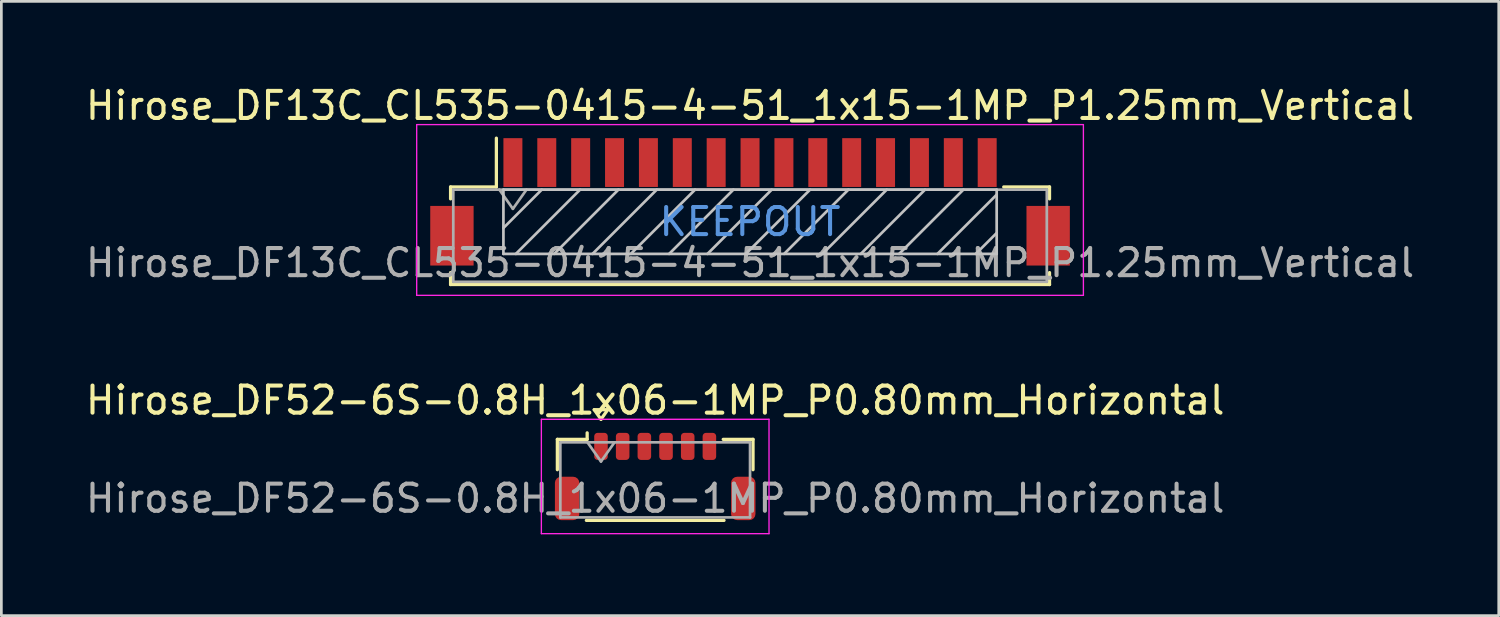
<source format=kicad_pcb>
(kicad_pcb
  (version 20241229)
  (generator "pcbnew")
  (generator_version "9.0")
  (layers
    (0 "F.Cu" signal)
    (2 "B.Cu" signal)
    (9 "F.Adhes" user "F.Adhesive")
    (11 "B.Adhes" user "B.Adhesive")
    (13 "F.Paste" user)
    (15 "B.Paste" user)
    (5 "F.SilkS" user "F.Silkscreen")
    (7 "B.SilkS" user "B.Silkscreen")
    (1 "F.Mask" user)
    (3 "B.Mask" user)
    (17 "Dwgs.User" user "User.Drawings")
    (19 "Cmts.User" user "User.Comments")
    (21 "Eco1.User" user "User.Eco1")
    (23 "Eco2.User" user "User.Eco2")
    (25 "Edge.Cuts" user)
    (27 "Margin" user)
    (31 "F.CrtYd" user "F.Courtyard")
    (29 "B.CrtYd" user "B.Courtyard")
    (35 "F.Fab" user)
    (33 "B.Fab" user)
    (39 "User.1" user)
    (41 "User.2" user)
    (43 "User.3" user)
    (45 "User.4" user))
  (footprint "Hirose_DF52-6S-0.8H_1x06-1MP_P0.80mm_Horizontal"
    (layer "F.Cu")
    (at 21.125 14.531)
    (property "Reference" "Hirose_DF52-6S-0.8H_1x06-1MP_P0.80mm_Horizontal" (at 0 -2.81 0) (layer "F.SilkS") (effects (font (size 1 1) (thickness 0.15))))
    (attr smd)
    (fp_line (start -3.61 -1.37) (end -2.51 -1.37) (stroke (width 0.12) (type solid)) (layer "F.SilkS"))
    (fp_line (start -3.61 -0.25) (end -3.61 -1.37) (stroke (width 0.12) (type solid)) (layer "F.SilkS"))
    (fp_line (start -2.54 1.62) (end 2.54 1.62) (stroke (width 0.12) (type solid)) (layer "F.SilkS"))
    (fp_line (start -2.51 -1.37) (end -2.51 -1.61) (stroke (width 0.12) (type solid)) (layer "F.SilkS"))
    (fp_line (start -2.25 -2.464) (end -2 -2.11) (stroke (width 0.12) (type solid)) (layer "F.SilkS"))
    (fp_line (start -2 -2.11) (end -1.75 -2.464) (stroke (width 0.12) (type solid)) (layer "F.SilkS"))
    (fp_line (start -1.75 -2.464) (end -2.25 -2.464) (stroke (width 0.12) (type solid)) (layer "F.SilkS"))
    (fp_line (start 3.61 -1.37) (end 2.51 -1.37) (stroke (width 0.12) (type solid)) (layer "F.SilkS"))
    (fp_line (start 3.61 -0.25) (end 3.61 -1.37) (stroke (width 0.12) (type solid)) (layer "F.SilkS"))
    (fp_line (start -4.2 -2.11) (end -4.2 2.11) (stroke (width 0.05) (type solid)) (layer "F.CrtYd"))
    (fp_line (start -4.2 2.11) (end 4.2 2.11) (stroke (width 0.05) (type solid)) (layer "F.CrtYd"))
    (fp_line (start 4.2 -2.11) (end -4.2 -2.11) (stroke (width 0.05) (type solid)) (layer "F.CrtYd"))
    (fp_line (start 4.2 2.11) (end 4.2 -2.11) (stroke (width 0.05) (type solid)) (layer "F.CrtYd"))
    (fp_line (start -3.5 -1.26) (end -3.5 1.51) (stroke (width 0.1) (type solid)) (layer "F.Fab"))
    (fp_line (start -3.5 -1.26) (end 3.5 -1.26) (stroke (width 0.1) (type solid)) (layer "F.Fab"))
    (fp_line (start -3.5 1.51) (end 3.5 1.51) (stroke (width 0.1) (type solid)) (layer "F.Fab"))
    (fp_line (start -2.5 -1.26) (end -2 -0.553) (stroke (width 0.1) (type solid)) (layer "F.Fab"))
    (fp_line (start -2 -0.553) (end -1.5 -1.26) (stroke (width 0.1) (type solid)) (layer "F.Fab"))
    (fp_line (start 3.5 -1.26) (end 3.5 1.51) (stroke (width 0.1) (type solid)) (layer "F.Fab"))
    (fp_text user "${REFERENCE}" (at 0 0.81 0) (layer "F.Fab") (effects (font (size 1 1) (thickness 0.15))))
    (pad "1" smd roundrect (at -2 -1.11) (size 0.5 1) (layers "F.Cu" "F.Mask" "F.Paste") (roundrect_rratio 0.25))
    (pad "2" smd roundrect (at -1.2 -1.11) (size 0.5 1) (layers "F.Cu" "F.Mask" "F.Paste") (roundrect_rratio 0.25))
    (pad "3" smd roundrect (at -0.4 -1.11) (size 0.5 1) (layers "F.Cu" "F.Mask" "F.Paste") (roundrect_rratio 0.25))
    (pad "4" smd roundrect (at 0.4 -1.11) (size 0.5 1) (layers "F.Cu" "F.Mask" "F.Paste") (roundrect_rratio 0.25))
    (pad "5" smd roundrect (at 1.2 -1.11) (size 0.5 1) (layers "F.Cu" "F.Mask" "F.Paste") (roundrect_rratio 0.25))
    (pad "6" smd roundrect (at 2 -1.11) (size 0.5 1) (layers "F.Cu" "F.Mask" "F.Paste") (roundrect_rratio 0.25))
    (pad "MP" smd roundrect (at -3.25 0.81) (size 0.9 1.6) (layers "F.Cu" "F.Mask" "F.Paste") (roundrect_rratio 0.25))
    (pad "MP" smd roundrect (at 3.25 0.81) (size 0.9 1.6) (layers "F.Cu" "F.Mask" "F.Paste") (roundrect_rratio 0.25)))
  (footprint "Hirose_DF13C_CL535-0415-4-51_1x15-1MP_P1.25mm_Vertical"
    (layer "F.Cu")
    (at 24.625 4.398)
    (property "Reference" "Hirose_DF13C_CL535-0415-4-51_1x15-1MP_P1.25mm_Vertical" (at 0 -3.55 0) (layer "F.SilkS") (effects (font (size 1 1) (thickness 0.15))))
    (attr smd)
    (fp_line (start -11.05 -0.55) (end -11.05 -0.11) (stroke (width 0.12) (type solid)) (layer "F.SilkS"))
    (fp_line (start -11.05 2.61) (end -11.05 3.05) (stroke (width 0.12) (type solid)) (layer "F.SilkS"))
    (fp_line (start -11.05 3.05) (end 11.05 3.05) (stroke (width 0.12) (type solid)) (layer "F.SilkS"))
    (fp_line (start -9.36 -0.55) (end -11.05 -0.55) (stroke (width 0.12) (type solid)) (layer "F.SilkS"))
    (fp_line (start -9.36 -0.55) (end -9.36 -2.35) (stroke (width 0.12) (type solid)) (layer "F.SilkS"))
    (fp_line (start 9.36 -0.55) (end 11.05 -0.55) (stroke (width 0.12) (type solid)) (layer "F.SilkS"))
    (fp_line (start 11.05 -0.55) (end 11.05 -0.11) (stroke (width 0.12) (type solid)) (layer "F.SilkS"))
    (fp_line (start 11.05 3.05) (end 11.05 2.61) (stroke (width 0.12) (type solid)) (layer "F.SilkS"))
    (fp_line (start -9.1 -0.45) (end -9.1 1.92) (stroke (width 0.1) (type solid)) (layer "Dwgs.User"))
    (fp_line (start -9.1 1.92) (end 9.1 1.92) (stroke (width 0.1) (type solid)) (layer "Dwgs.User"))
    (fp_line (start -7.686 -0.45) (end -9.1 0.964) (stroke (width 0.1) (type solid)) (layer "Dwgs.User"))
    (fp_line (start -6.272 -0.45) (end -8.642 1.92) (stroke (width 0.1) (type solid)) (layer "Dwgs.User"))
    (fp_line (start -4.857 -0.45) (end -7.227 1.92) (stroke (width 0.1) (type solid)) (layer "Dwgs.User"))
    (fp_line (start -3.443 -0.45) (end -5.813 1.92) (stroke (width 0.1) (type solid)) (layer "Dwgs.User"))
    (fp_line (start -2.029 -0.45) (end -4.399 1.92) (stroke (width 0.1) (type solid)) (layer "Dwgs.User"))
    (fp_line (start -0.615 -0.45) (end -2.985 1.92) (stroke (width 0.1) (type solid)) (layer "Dwgs.User"))
    (fp_line (start 0.799 -0.45) (end -1.571 1.92) (stroke (width 0.1) (type solid)) (layer "Dwgs.User"))
    (fp_line (start 2.214 -0.45) (end -0.156 1.92) (stroke (width 0.1) (type solid)) (layer "Dwgs.User"))
    (fp_line (start 3.628 -0.45) (end 1.258 1.92) (stroke (width 0.1) (type solid)) (layer "Dwgs.User"))
    (fp_line (start 5.042 -0.45) (end 2.672 1.92) (stroke (width 0.1) (type solid)) (layer "Dwgs.User"))
    (fp_line (start 6.456 -0.45) (end 4.086 1.92) (stroke (width 0.1) (type solid)) (layer "Dwgs.User"))
    (fp_line (start 7.871 -0.45) (end 5.501 1.92) (stroke (width 0.1) (type solid)) (layer "Dwgs.User"))
    (fp_line (start 9.1 -0.45) (end -9.1 -0.45) (stroke (width 0.1) (type solid)) (layer "Dwgs.User"))
    (fp_line (start 9.1 -0.265) (end 6.915 1.92) (stroke (width 0.1) (type solid)) (layer "Dwgs.User"))
    (fp_line (start 9.1 1.149) (end 8.329 1.92) (stroke (width 0.1) (type solid)) (layer "Dwgs.User"))
    (fp_line (start 9.1 1.92) (end 9.1 -0.45) (stroke (width 0.1) (type solid)) (layer "Dwgs.User"))
    (fp_line (start -12.3 -2.85) (end -12.3 3.45) (stroke (width 0.05) (type solid)) (layer "F.CrtYd"))
    (fp_line (start -12.3 3.45) (end 12.3 3.45) (stroke (width 0.05) (type solid)) (layer "F.CrtYd"))
    (fp_line (start 12.3 -2.85) (end -12.3 -2.85) (stroke (width 0.05) (type solid)) (layer "F.CrtYd"))
    (fp_line (start 12.3 3.45) (end 12.3 -2.85) (stroke (width 0.05) (type solid)) (layer "F.CrtYd"))
    (fp_line (start -10.95 -0.45) (end -10.95 2.95) (stroke (width 0.1) (type solid)) (layer "F.Fab"))
    (fp_line (start -10.95 2.95) (end 10.95 2.95) (stroke (width 0.1) (type solid)) (layer "F.Fab"))
    (fp_line (start -9.25 -0.45) (end -8.75 0.257) (stroke (width 0.1) (type solid)) (layer "F.Fab"))
    (fp_line (start -8.75 0.257) (end -8.25 -0.45) (stroke (width 0.1) (type solid)) (layer "F.Fab"))
    (fp_line (start 10.95 -0.45) (end -10.95 -0.45) (stroke (width 0.1) (type solid)) (layer "F.Fab"))
    (fp_line (start 10.95 2.95) (end 10.95 -0.45) (stroke (width 0.1) (type solid)) (layer "F.Fab"))
    (fp_text user "KEEPOUT" (at 0 0.735 0) (layer "Cmts.User") (effects (font (size 1 1) (thickness 0.15))))
    (fp_text user "${REFERENCE}" (at 0 2.25 0) (layer "F.Fab") (effects (font (size 1 1) (thickness 0.15))))
    (pad "1" smd rect (at -8.75 -1.45) (size 0.7 1.8) (layers "F.Cu" "F.Mask" "F.Paste"))
    (pad "2" smd rect (at -7.5 -1.45) (size 0.7 1.8) (layers "F.Cu" "F.Mask" "F.Paste"))
    (pad "3" smd rect (at -6.25 -1.45) (size 0.7 1.8) (layers "F.Cu" "F.Mask" "F.Paste"))
    (pad "4" smd rect (at -5 -1.45) (size 0.7 1.8) (layers "F.Cu" "F.Mask" "F.Paste"))
    (pad "5" smd rect (at -3.75 -1.45) (size 0.7 1.8) (layers "F.Cu" "F.Mask" "F.Paste"))
    (pad "6" smd rect (at -2.5 -1.45) (size 0.7 1.8) (layers "F.Cu" "F.Mask" "F.Paste"))
    (pad "7" smd rect (at -1.25 -1.45) (size 0.7 1.8) (layers "F.Cu" "F.Mask" "F.Paste"))
    (pad "8" smd rect (at 0 -1.45) (size 0.7 1.8) (layers "F.Cu" "F.Mask" "F.Paste"))
    (pad "9" smd rect (at 1.25 -1.45) (size 0.7 1.8) (layers "F.Cu" "F.Mask" "F.Paste"))
    (pad "10" smd rect (at 2.5 -1.45) (size 0.7 1.8) (layers "F.Cu" "F.Mask" "F.Paste"))
    (pad "11" smd rect (at 3.75 -1.45) (size 0.7 1.8) (layers "F.Cu" "F.Mask" "F.Paste"))
    (pad "12" smd rect (at 5 -1.45) (size 0.7 1.8) (layers "F.Cu" "F.Mask" "F.Paste"))
    (pad "13" smd rect (at 6.25 -1.45) (size 0.7 1.8) (layers "F.Cu" "F.Mask" "F.Paste"))
    (pad "14" smd rect (at 7.5 -1.45) (size 0.7 1.8) (layers "F.Cu" "F.Mask" "F.Paste"))
    (pad "15" smd rect (at 8.75 -1.45) (size 0.7 1.8) (layers "F.Cu" "F.Mask" "F.Paste"))
    (pad "MP" smd rect (at -11 1.25) (size 1.6 2.2) (layers "F.Cu" "F.Mask" "F.Paste"))
    (pad "MP" smd rect (at 11 1.25) (size 1.6 2.2) (layers "F.Cu" "F.Mask" "F.Paste")))
  (gr_rect
    (start -3 -3)
    (end 52.25 19.666)
    (stroke (width 0.1) (type default))
    (fill no)
    (layer "Edge.Cuts")))
</source>
